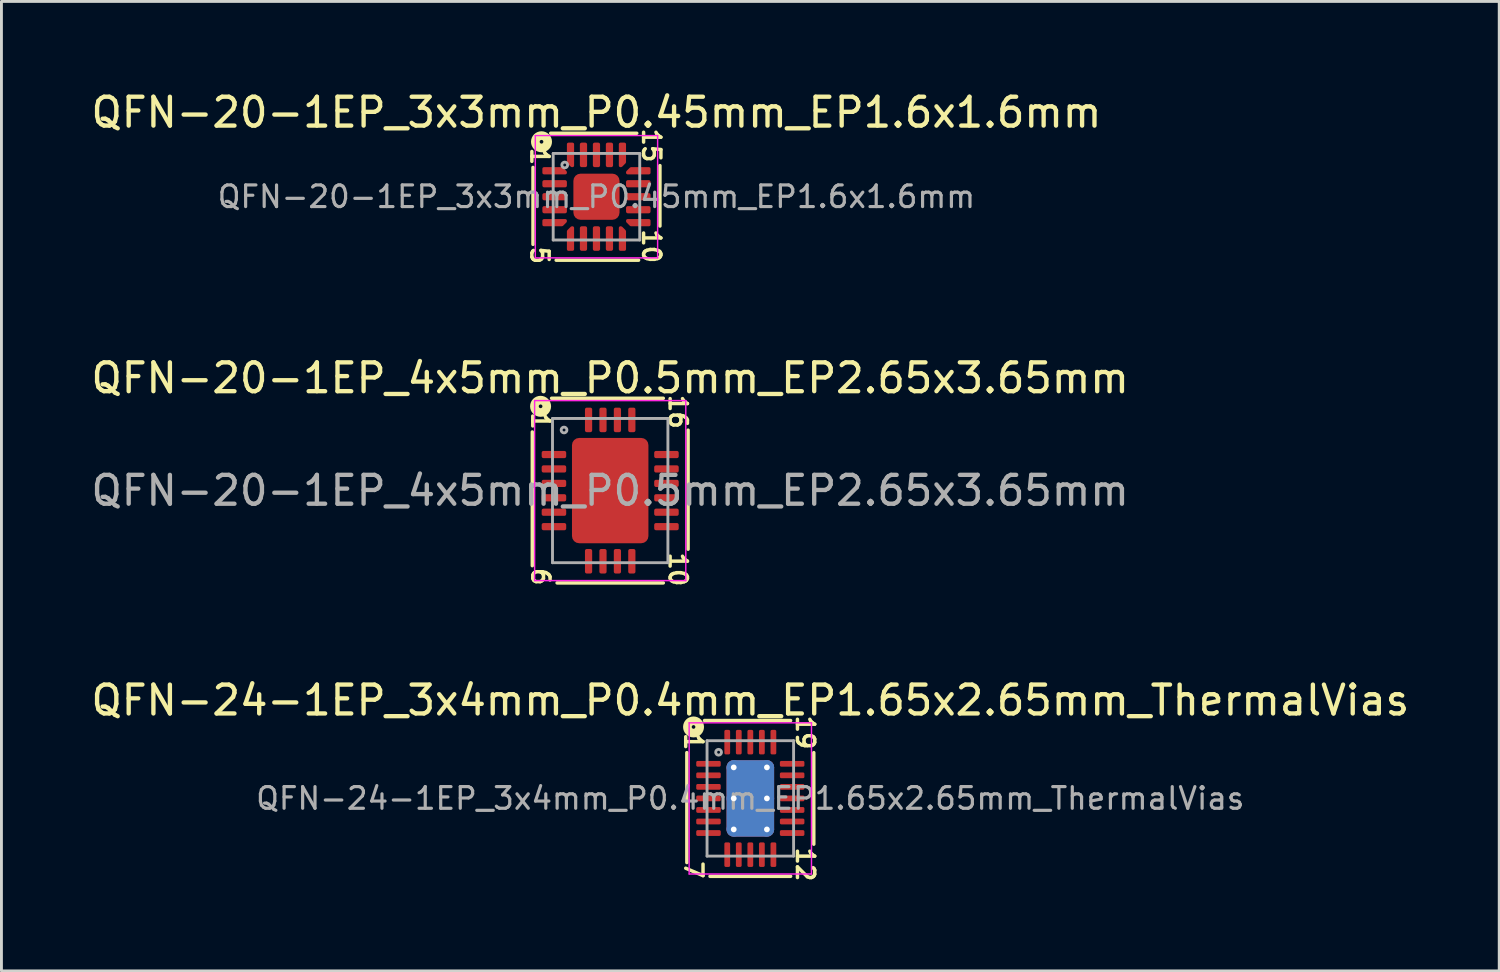
<source format=kicad_pcb>
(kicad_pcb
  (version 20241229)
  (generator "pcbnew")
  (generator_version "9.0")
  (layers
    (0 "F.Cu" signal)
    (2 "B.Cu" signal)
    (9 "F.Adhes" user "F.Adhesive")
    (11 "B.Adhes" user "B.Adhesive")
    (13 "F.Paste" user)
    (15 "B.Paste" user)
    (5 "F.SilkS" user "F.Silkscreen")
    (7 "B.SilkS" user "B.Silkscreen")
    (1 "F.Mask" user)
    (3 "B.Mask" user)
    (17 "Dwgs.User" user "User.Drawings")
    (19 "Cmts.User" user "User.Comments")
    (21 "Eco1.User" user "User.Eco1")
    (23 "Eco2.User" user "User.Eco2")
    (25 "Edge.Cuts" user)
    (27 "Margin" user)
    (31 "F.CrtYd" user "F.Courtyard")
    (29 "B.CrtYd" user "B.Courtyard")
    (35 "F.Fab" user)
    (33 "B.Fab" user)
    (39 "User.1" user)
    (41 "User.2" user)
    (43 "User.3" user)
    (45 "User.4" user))
  (footprint "QFN-24-1EP_3x4mm_P0.4mm_EP1.65x2.65mm_ThermalVias"
    (layer "F.Cu")
    (at 22.958 24.625)
    (property "Reference" "QFN-24-1EP_3x4mm_P0.4mm_EP1.65x2.65mm_ThermalVias" (at 0 -3.4 0) (layer "F.SilkS") (effects (font (size 1 1) (thickness 0.15))))
    (attr smd)
    (fp_line (start -2.2 -1.587) (end -2.2 2.223) (stroke (width 0.12) (type solid)) (layer "F.SilkS"))
    (fp_line (start -1.397 2.7) (end 1.397 2.7) (stroke (width 0.12) (type solid)) (layer "F.SilkS"))
    (fp_line (start 1.397 -2.7) (end -1.587 -2.7) (stroke (width 0.12) (type solid)) (layer "F.SilkS"))
    (fp_line (start 2.2 1.587) (end 2.2 -1.587) (stroke (width 0.12) (type solid)) (layer "F.SilkS"))
    (fp_circle (center -1.968 -2.477) (end -1.905 -2.477) (stroke (width 0.3) (type solid)) (fill no) (layer "F.SilkS"))
    (fp_line (start -2.12 -2.62) (end -2.12 2.62) (stroke (width 0.05) (type solid)) (layer "F.CrtYd"))
    (fp_line (start -2.12 2.62) (end 2.12 2.62) (stroke (width 0.05) (type solid)) (layer "F.CrtYd"))
    (fp_line (start 2.12 -2.62) (end -2.12 -2.62) (stroke (width 0.05) (type solid)) (layer "F.CrtYd"))
    (fp_line (start 2.12 2.62) (end 2.12 -2.62) (stroke (width 0.05) (type solid)) (layer "F.CrtYd"))
    (fp_line (start -1.5 -2) (end 1.5 -2) (stroke (width 0.1) (type solid)) (layer "F.Fab"))
    (fp_line (start -1.5 2) (end -1.5 -2) (stroke (width 0.1) (type solid)) (layer "F.Fab"))
    (fp_line (start 1.5 -2) (end 1.5 2) (stroke (width 0.1) (type solid)) (layer "F.Fab"))
    (fp_line (start 1.5 2) (end -1.5 2) (stroke (width 0.1) (type solid)) (layer "F.Fab"))
    (fp_circle (center -1.1 -1.6) (end -1 -1.6) (stroke (width 0.1) (type solid)) (fill no) (layer "F.Fab"))
    (fp_text user "1" (at -1.968 -1.968 270) (unlocked yes) (layer "F.SilkS") (effects (font (size 0.6 0.6) (thickness 0.12))))
    (fp_text user "19" (at 1.905 -2.286 270) (unlocked yes) (layer "F.SilkS") (effects (font (size 0.6 0.6) (thickness 0.12))))
    (fp_text user "7" (at -1.968 2.477 270) (unlocked yes) (layer "F.SilkS") (effects (font (size 0.6 0.6) (thickness 0.12))))
    (fp_text user "12" (at 1.905 2.286 270) (unlocked yes) (layer "F.SilkS") (effects (font (size 0.6 0.6) (thickness 0.12))))
    (fp_text user "${REFERENCE}" (at 0 0 0) (layer "F.Fab") (effects (font (size 0.75 0.75) (thickness 0.11))))
    (pad "" smd roundrect (at -0.41 -0.88) (size 0.71 0.76) (layers "F.Paste") (roundrect_rratio 0.25))
    (pad "" smd roundrect (at -0.41 0) (size 0.71 0.76) (layers "F.Paste") (roundrect_rratio 0.25))
    (pad "" smd roundrect (at -0.41 0.88) (size 0.71 0.76) (layers "F.Paste") (roundrect_rratio 0.25))
    (pad "" smd roundrect (at 0.41 -0.88) (size 0.71 0.76) (layers "F.Paste") (roundrect_rratio 0.25))
    (pad "" smd roundrect (at 0.41 0) (size 0.71 0.76) (layers "F.Paste") (roundrect_rratio 0.25))
    (pad "" smd roundrect (at 0.41 0.88) (size 0.71 0.76) (layers "F.Paste") (roundrect_rratio 0.25))
    (pad "1" smd roundrect (at -1.45 -1.2) (size 0.85 0.2) (layers "F.Cu" "F.Mask" "F.Paste") (roundrect_rratio 0.25))
    (pad "2" smd roundrect (at -1.45 -0.8) (size 0.85 0.2) (layers "F.Cu" "F.Mask" "F.Paste") (roundrect_rratio 0.25))
    (pad "3" smd roundrect (at -1.45 -0.4) (size 0.85 0.2) (layers "F.Cu" "F.Mask" "F.Paste") (roundrect_rratio 0.25))
    (pad "4" smd roundrect (at -1.45 0) (size 0.85 0.2) (layers "F.Cu" "F.Mask" "F.Paste") (roundrect_rratio 0.25))
    (pad "5" smd roundrect (at -1.45 0.4) (size 0.85 0.2) (layers "F.Cu" "F.Mask" "F.Paste") (roundrect_rratio 0.25))
    (pad "6" smd roundrect (at -1.45 0.8) (size 0.85 0.2) (layers "F.Cu" "F.Mask" "F.Paste") (roundrect_rratio 0.25))
    (pad "7" smd roundrect (at -1.45 1.2) (size 0.85 0.2) (layers "F.Cu" "F.Mask" "F.Paste") (roundrect_rratio 0.25))
    (pad "8" smd roundrect (at -0.8 1.95) (size 0.2 0.85) (layers "F.Cu" "F.Mask" "F.Paste") (roundrect_rratio 0.25))
    (pad "9" smd roundrect (at -0.4 1.95) (size 0.2 0.85) (layers "F.Cu" "F.Mask" "F.Paste") (roundrect_rratio 0.25))
    (pad "10" smd roundrect (at 0 1.95) (size 0.2 0.85) (layers "F.Cu" "F.Mask" "F.Paste") (roundrect_rratio 0.25))
    (pad "11" smd roundrect (at 0.4 1.95) (size 0.2 0.85) (layers "F.Cu" "F.Mask" "F.Paste") (roundrect_rratio 0.25))
    (pad "12" smd roundrect (at 0.8 1.95) (size 0.2 0.85) (layers "F.Cu" "F.Mask" "F.Paste") (roundrect_rratio 0.25))
    (pad "13" smd roundrect (at 1.45 1.2) (size 0.85 0.2) (layers "F.Cu" "F.Mask" "F.Paste") (roundrect_rratio 0.25))
    (pad "14" smd roundrect (at 1.45 0.8) (size 0.85 0.2) (layers "F.Cu" "F.Mask" "F.Paste") (roundrect_rratio 0.25))
    (pad "15" smd roundrect (at 1.45 0.4) (size 0.85 0.2) (layers "F.Cu" "F.Mask" "F.Paste") (roundrect_rratio 0.25))
    (pad "16" smd roundrect (at 1.45 0) (size 0.85 0.2) (layers "F.Cu" "F.Mask" "F.Paste") (roundrect_rratio 0.25))
    (pad "17" smd roundrect (at 1.45 -0.4) (size 0.85 0.2) (layers "F.Cu" "F.Mask" "F.Paste") (roundrect_rratio 0.25))
    (pad "18" smd roundrect (at 1.45 -0.8) (size 0.85 0.2) (layers "F.Cu" "F.Mask" "F.Paste") (roundrect_rratio 0.25))
    (pad "19" smd roundrect (at 1.45 -1.2) (size 0.85 0.2) (layers "F.Cu" "F.Mask" "F.Paste") (roundrect_rratio 0.25))
    (pad "20" smd roundrect (at 0.8 -1.95) (size 0.2 0.85) (layers "F.Cu" "F.Mask" "F.Paste") (roundrect_rratio 0.25))
    (pad "21" smd roundrect (at 0.4 -1.95) (size 0.2 0.85) (layers "F.Cu" "F.Mask" "F.Paste") (roundrect_rratio 0.25))
    (pad "22" smd roundrect (at 0 -1.95) (size 0.2 0.85) (layers "F.Cu" "F.Mask" "F.Paste") (roundrect_rratio 0.25))
    (pad "23" smd roundrect (at -0.4 -1.95) (size 0.2 0.85) (layers "F.Cu" "F.Mask" "F.Paste") (roundrect_rratio 0.25))
    (pad "24" smd roundrect (at -0.8 -1.95) (size 0.2 0.85) (layers "F.Cu" "F.Mask" "F.Paste") (roundrect_rratio 0.25))
    (pad "25" thru_hole circle (at -0.575 -1.075) (size 0.5 0.5) (drill 0.2) (property pad_prop_heatsink) (layers "*.Cu"))
    (pad "25" thru_hole circle (at -0.575 0) (size 0.5 0.5) (drill 0.2) (property pad_prop_heatsink) (layers "*.Cu"))
    (pad "25" thru_hole circle (at -0.575 1.075) (size 0.5 0.5) (drill 0.2) (property pad_prop_heatsink) (layers "*.Cu"))
    (pad "25" smd roundrect (at 0 0) (size 1.65 2.65) (layers "F.Cu" "F.Mask") (roundrect_rratio 0.152))
    (pad "25" smd roundrect (at 0 0) (size 1.65 2.65) (layers "B.Cu" "B.Mask") (roundrect_rratio 0.152))
    (pad "25" thru_hole circle (at 0.575 -1.075) (size 0.5 0.5) (drill 0.2) (property pad_prop_heatsink) (layers "*.Cu"))
    (pad "25" thru_hole circle (at 0.575 0) (size 0.5 0.5) (drill 0.2) (property pad_prop_heatsink) (layers "*.Cu"))
    (pad "25" thru_hole circle (at 0.575 1.075) (size 0.5 0.5) (drill 0.2) (property pad_prop_heatsink) (layers "*.Cu")))
  (footprint "QFN-20-1EP_4x5mm_P0.5mm_EP2.65x3.65mm"
    (layer "F.Cu")
    (at 18.101 13.955)
    (property "Reference" "QFN-20-1EP_4x5mm_P0.5mm_EP2.65x3.65mm" (at 0 -3.9 0) (layer "F.SilkS") (effects (font (size 1 1) (thickness 0.15))))
    (attr smd)
    (fp_line (start -2.7 -2.032) (end -2.7 2.603) (stroke (width 0.12) (type solid)) (layer "F.SilkS"))
    (fp_line (start -1.841 3.2) (end 1.841 3.2) (stroke (width 0.12) (type solid)) (layer "F.SilkS"))
    (fp_line (start 1.841 -3.2) (end -2.032 -3.2) (stroke (width 0.12) (type solid)) (layer "F.SilkS"))
    (fp_line (start 2.7 2.032) (end 2.7 -2.095) (stroke (width 0.12) (type solid)) (layer "F.SilkS"))
    (fp_circle (center -2.413 -2.921) (end -2.349 -2.921) (stroke (width 0.3) (type solid)) (fill no) (layer "F.SilkS"))
    (fp_line (start -2.62 -3.12) (end -2.62 3.12) (stroke (width 0.05) (type solid)) (layer "F.CrtYd"))
    (fp_line (start -2.62 3.12) (end 2.62 3.12) (stroke (width 0.05) (type solid)) (layer "F.CrtYd"))
    (fp_line (start 2.62 -3.12) (end -2.62 -3.12) (stroke (width 0.05) (type solid)) (layer "F.CrtYd"))
    (fp_line (start 2.62 3.12) (end 2.62 -3.12) (stroke (width 0.05) (type solid)) (layer "F.CrtYd"))
    (fp_line (start -2 -2.5) (end 2 -2.5) (stroke (width 0.1) (type solid)) (layer "F.Fab"))
    (fp_line (start -2 2.5) (end -2 -2.5) (stroke (width 0.1) (type solid)) (layer "F.Fab"))
    (fp_line (start 2 -2.5) (end 2 2.5) (stroke (width 0.1) (type solid)) (layer "F.Fab"))
    (fp_line (start 2 2.5) (end -2 2.5) (stroke (width 0.1) (type solid)) (layer "F.Fab"))
    (fp_circle (center -1.6 -2.1) (end -1.5 -2.1) (stroke (width 0.1) (type solid)) (fill no) (layer "F.Fab"))
    (fp_text user "10" (at 2.349 2.731 270) (unlocked yes) (layer "F.SilkS") (effects (font (size 0.6 0.6) (thickness 0.12))))
    (fp_text user "6" (at -2.413 2.985 270) (unlocked yes) (layer "F.SilkS") (effects (font (size 0.6 0.6) (thickness 0.12))))
    (fp_text user "1" (at -2.413 -2.413 270) (unlocked yes) (layer "F.SilkS") (effects (font (size 0.6 0.6) (thickness 0.12))))
    (fp_text user "16" (at 2.349 -2.731 270) (unlocked yes) (layer "F.SilkS") (effects (font (size 0.6 0.6) (thickness 0.12))))
    (fp_text user "${REFERENCE}" (at 0 0 0) (layer "F.Fab") (effects (font (size 1 1) (thickness 0.15))))
    (pad "" smd roundrect (at -0.66 -1.22) (size 1.07 0.98) (layers "F.Paste") (roundrect_rratio 0.25))
    (pad "" smd roundrect (at -0.66 0) (size 1.07 0.98) (layers "F.Paste") (roundrect_rratio 0.25))
    (pad "" smd roundrect (at -0.66 1.22) (size 1.07 0.98) (layers "F.Paste") (roundrect_rratio 0.25))
    (pad "" smd roundrect (at 0.66 -1.22) (size 1.07 0.98) (layers "F.Paste") (roundrect_rratio 0.25))
    (pad "" smd roundrect (at 0.66 0) (size 1.07 0.98) (layers "F.Paste") (roundrect_rratio 0.25))
    (pad "" smd roundrect (at 0.66 1.22) (size 1.07 0.98) (layers "F.Paste") (roundrect_rratio 0.25))
    (pad "1" smd roundrect (at -1.95 -1.25) (size 0.85 0.25) (layers "F.Cu" "F.Mask" "F.Paste") (roundrect_rratio 0.25))
    (pad "2" smd roundrect (at -1.95 -0.75) (size 0.85 0.25) (layers "F.Cu" "F.Mask" "F.Paste") (roundrect_rratio 0.25))
    (pad "3" smd roundrect (at -1.95 -0.25) (size 0.85 0.25) (layers "F.Cu" "F.Mask" "F.Paste") (roundrect_rratio 0.25))
    (pad "4" smd roundrect (at -1.95 0.25) (size 0.85 0.25) (layers "F.Cu" "F.Mask" "F.Paste") (roundrect_rratio 0.25))
    (pad "5" smd roundrect (at -1.95 0.75) (size 0.85 0.25) (layers "F.Cu" "F.Mask" "F.Paste") (roundrect_rratio 0.25))
    (pad "6" smd roundrect (at -1.95 1.25) (size 0.85 0.25) (layers "F.Cu" "F.Mask" "F.Paste") (roundrect_rratio 0.25))
    (pad "7" smd roundrect (at -0.75 2.45) (size 0.25 0.85) (layers "F.Cu" "F.Mask" "F.Paste") (roundrect_rratio 0.25))
    (pad "8" smd roundrect (at -0.25 2.45) (size 0.25 0.85) (layers "F.Cu" "F.Mask" "F.Paste") (roundrect_rratio 0.25))
    (pad "9" smd roundrect (at 0.25 2.45) (size 0.25 0.85) (layers "F.Cu" "F.Mask" "F.Paste") (roundrect_rratio 0.25))
    (pad "10" smd roundrect (at 0.75 2.45) (size 0.25 0.85) (layers "F.Cu" "F.Mask" "F.Paste") (roundrect_rratio 0.25))
    (pad "11" smd roundrect (at 1.95 1.25) (size 0.85 0.25) (layers "F.Cu" "F.Mask" "F.Paste") (roundrect_rratio 0.25))
    (pad "12" smd roundrect (at 1.95 0.75) (size 0.85 0.25) (layers "F.Cu" "F.Mask" "F.Paste") (roundrect_rratio 0.25))
    (pad "13" smd roundrect (at 1.95 0.25) (size 0.85 0.25) (layers "F.Cu" "F.Mask" "F.Paste") (roundrect_rratio 0.25))
    (pad "14" smd roundrect (at 1.95 -0.25) (size 0.85 0.25) (layers "F.Cu" "F.Mask" "F.Paste") (roundrect_rratio 0.25))
    (pad "15" smd roundrect (at 1.95 -0.75) (size 0.85 0.25) (layers "F.Cu" "F.Mask" "F.Paste") (roundrect_rratio 0.25))
    (pad "16" smd roundrect (at 1.95 -1.25) (size 0.85 0.25) (layers "F.Cu" "F.Mask" "F.Paste") (roundrect_rratio 0.25))
    (pad "17" smd roundrect (at 0.75 -2.45) (size 0.25 0.85) (layers "F.Cu" "F.Mask" "F.Paste") (roundrect_rratio 0.25))
    (pad "18" smd roundrect (at 0.25 -2.45) (size 0.25 0.85) (layers "F.Cu" "F.Mask" "F.Paste") (roundrect_rratio 0.25))
    (pad "19" smd roundrect (at -0.25 -2.45) (size 0.25 0.85) (layers "F.Cu" "F.Mask" "F.Paste") (roundrect_rratio 0.25))
    (pad "20" smd roundrect (at -0.75 -2.45) (size 0.25 0.85) (layers "F.Cu" "F.Mask" "F.Paste") (roundrect_rratio 0.25))
    (pad "21" smd roundrect (at 0 0) (size 2.65 3.65) (layers "F.Cu" "F.Mask") (roundrect_rratio 0.094)))
  (footprint "QFN-20-1EP_3x3mm_P0.45mm_EP1.6x1.6mm"
    (layer "F.Cu")
    (at 17.625 3.769)
    (property "Reference" "QFN-20-1EP_3x3mm_P0.45mm_EP1.6x1.6mm" (at 0 -2.921 0) (layer "F.SilkS") (effects (font (size 1 1) (thickness 0.15))))
    (attr smd)
    (fp_line (start -2.2 -1.016) (end -2.2 1.651) (stroke (width 0.12) (type solid)) (layer "F.SilkS"))
    (fp_line (start -1.397 2.2) (end 1.46 2.2) (stroke (width 0.12) (type solid)) (layer "F.SilkS"))
    (fp_line (start 1.397 -2.2) (end -1.587 -2.2) (stroke (width 0.12) (type solid)) (layer "F.SilkS"))
    (fp_line (start 2.2 1.016) (end 2.2 -1.079) (stroke (width 0.12) (type solid)) (layer "F.SilkS"))
    (fp_circle (center -1.905 -1.905) (end -1.841 -1.905) (stroke (width 0.3) (type solid)) (fill no) (layer "F.SilkS"))
    (fp_line (start -2.12 -2.12) (end -2.12 2.12) (stroke (width 0.05) (type solid)) (layer "F.CrtYd"))
    (fp_line (start -2.12 2.12) (end 2.12 2.12) (stroke (width 0.05) (type solid)) (layer "F.CrtYd"))
    (fp_line (start 2.12 -2.12) (end -2.12 -2.12) (stroke (width 0.05) (type solid)) (layer "F.CrtYd"))
    (fp_line (start 2.12 2.12) (end 2.12 -2.12) (stroke (width 0.05) (type solid)) (layer "F.CrtYd"))
    (fp_line (start -1.5 -1.5) (end 1.5 -1.5) (stroke (width 0.1) (type solid)) (layer "F.Fab"))
    (fp_line (start -1.5 1.5) (end -1.5 -1.5) (stroke (width 0.1) (type solid)) (layer "F.Fab"))
    (fp_line (start 1.5 -1.5) (end 1.5 1.5) (stroke (width 0.1) (type solid)) (layer "F.Fab"))
    (fp_line (start 1.5 1.5) (end -1.5 1.5) (stroke (width 0.1) (type solid)) (layer "F.Fab"))
    (fp_circle (center -1.1 -1.1) (end -1 -1.1) (stroke (width 0.1) (type solid)) (fill no) (layer "F.Fab"))
    (fp_text user "1" (at -1.968 -1.397 270) (unlocked yes) (layer "F.SilkS") (effects (font (size 0.6 0.6) (thickness 0.12))))
    (fp_text user "10" (at 1.905 1.714 270) (unlocked yes) (layer "F.SilkS") (effects (font (size 0.6 0.6) (thickness 0.12))))
    (fp_text user "15" (at 1.905 -1.778 270) (unlocked yes) (layer "F.SilkS") (effects (font (size 0.6 0.6) (thickness 0.12))))
    (fp_text user "5" (at -1.968 2.032 270) (unlocked yes) (layer "F.SilkS") (effects (font (size 0.6 0.6) (thickness 0.12))))
    (fp_text user "${REFERENCE}" (at 0 0 0) (layer "F.Fab") (effects (font (size 0.75 0.75) (thickness 0.11))))
    (pad "" smd roundrect (at -0.4 -0.4) (size 0.64 0.64) (layers "F.Paste") (roundrect_rratio 0.25))
    (pad "" smd roundrect (at -0.4 0.4) (size 0.64 0.64) (layers "F.Paste") (roundrect_rratio 0.25))
    (pad "" smd roundrect (at 0.4 -0.4) (size 0.64 0.64) (layers "F.Paste") (roundrect_rratio 0.25))
    (pad "" smd roundrect (at 0.4 0.4) (size 0.64 0.64) (layers "F.Paste") (roundrect_rratio 0.25))
    (pad "1" smd custom (at -1.45 -0.9) (size 0.144 0.144) (layers "F.Cu" "F.Mask" "F.Paste") (options (anchor circle)) (primitives (gr_poly (pts (xy 0.375 0.046) (xy 0.375 0.075) (xy -0.375 0.075) (xy -0.375 -0.075) (xy 0.254 -0.075)) (width 0.1) (fill yes))))
    (pad "2" smd roundrect (at -1.45 -0.45) (size 0.85 0.25) (layers "F.Cu" "F.Mask" "F.Paste") (roundrect_rratio 0.25))
    (pad "3" smd roundrect (at -1.45 0) (size 0.85 0.25) (layers "F.Cu" "F.Mask" "F.Paste") (roundrect_rratio 0.25))
    (pad "4" smd roundrect (at -1.45 0.45) (size 0.85 0.25) (layers "F.Cu" "F.Mask" "F.Paste") (roundrect_rratio 0.25))
    (pad "5" smd custom (at -1.45 0.9) (size 0.144 0.144) (layers "F.Cu" "F.Mask" "F.Paste") (options (anchor circle)) (primitives (gr_poly (pts (xy 0.375 -0.046) (xy 0.254 0.075) (xy -0.375 0.075) (xy -0.375 -0.075) (xy 0.375 -0.075)) (width 0.1) (fill yes))))
    (pad "6" smd custom (at -0.9 1.45) (size 0.144 0.144) (layers "F.Cu" "F.Mask" "F.Paste") (options (anchor circle)) (primitives (gr_poly (pts (xy 0.075 0.375) (xy -0.075 0.375) (xy -0.075 -0.254) (xy 0.046 -0.375) (xy 0.075 -0.375)) (width 0.1) (fill yes))))
    (pad "7" smd roundrect (at -0.45 1.45) (size 0.25 0.85) (layers "F.Cu" "F.Mask" "F.Paste") (roundrect_rratio 0.25))
    (pad "8" smd roundrect (at 0 1.45) (size 0.25 0.85) (layers "F.Cu" "F.Mask" "F.Paste") (roundrect_rratio 0.25))
    (pad "9" smd roundrect (at 0.45 1.45) (size 0.25 0.85) (layers "F.Cu" "F.Mask" "F.Paste") (roundrect_rratio 0.25))
    (pad "10" smd custom (at 0.9 1.45) (size 0.144 0.144) (layers "F.Cu" "F.Mask" "F.Paste") (options (anchor circle)) (primitives (gr_poly (pts (xy 0.075 -0.254) (xy 0.075 0.375) (xy -0.075 0.375) (xy -0.075 -0.375) (xy -0.046 -0.375)) (width 0.1) (fill yes))))
    (pad "11" smd custom (at 1.45 0.9) (size 0.144 0.144) (layers "F.Cu" "F.Mask" "F.Paste") (options (anchor circle)) (primitives (gr_poly (pts (xy 0.375 0.075) (xy -0.254 0.075) (xy -0.375 -0.046) (xy -0.375 -0.075) (xy 0.375 -0.075)) (width 0.1) (fill yes))))
    (pad "12" smd roundrect (at 1.45 0.45) (size 0.85 0.25) (layers "F.Cu" "F.Mask" "F.Paste") (roundrect_rratio 0.25))
    (pad "13" smd roundrect (at 1.45 0) (size 0.85 0.25) (layers "F.Cu" "F.Mask" "F.Paste") (roundrect_rratio 0.25))
    (pad "14" smd roundrect (at 1.45 -0.45) (size 0.85 0.25) (layers "F.Cu" "F.Mask" "F.Paste") (roundrect_rratio 0.25))
    (pad "15" smd custom (at 1.45 -0.9) (size 0.144 0.144) (layers "F.Cu" "F.Mask" "F.Paste") (options (anchor circle)) (primitives (gr_poly (pts (xy 0.375 0.075) (xy -0.375 0.075) (xy -0.375 0.046) (xy -0.254 -0.075) (xy 0.375 -0.075)) (width 0.1) (fill yes))))
    (pad "16" smd custom (at 0.9 -1.45) (size 0.144 0.144) (layers "F.Cu" "F.Mask" "F.Paste") (options (anchor circle)) (primitives (gr_poly (pts (xy 0.075 0.254) (xy -0.046 0.375) (xy -0.075 0.375) (xy -0.075 -0.375) (xy 0.075 -0.375)) (width 0.1) (fill yes))))
    (pad "17" smd roundrect (at 0.45 -1.45) (size 0.25 0.85) (layers "F.Cu" "F.Mask" "F.Paste") (roundrect_rratio 0.25))
    (pad "18" smd roundrect (at 0 -1.45) (size 0.25 0.85) (layers "F.Cu" "F.Mask" "F.Paste") (roundrect_rratio 0.25))
    (pad "19" smd roundrect (at -0.45 -1.45) (size 0.25 0.85) (layers "F.Cu" "F.Mask" "F.Paste") (roundrect_rratio 0.25))
    (pad "20" smd custom (at -0.9 -1.45) (size 0.144 0.144) (layers "F.Cu" "F.Mask" "F.Paste") (options (anchor circle)) (primitives (gr_poly (pts (xy 0.075 0.375) (xy 0.046 0.375) (xy -0.075 0.254) (xy -0.075 -0.375) (xy 0.075 -0.375)) (width 0.1) (fill yes))))
    (pad "21" smd roundrect (at 0 0) (size 1.6 1.6) (layers "F.Cu" "F.Mask") (roundrect_rratio 0.156)))
  (gr_rect
    (start -3 -3)
    (end 48.917 30.603)
    (stroke (width 0.1) (type default))
    (fill no)
    (layer "Edge.Cuts")))
</source>
